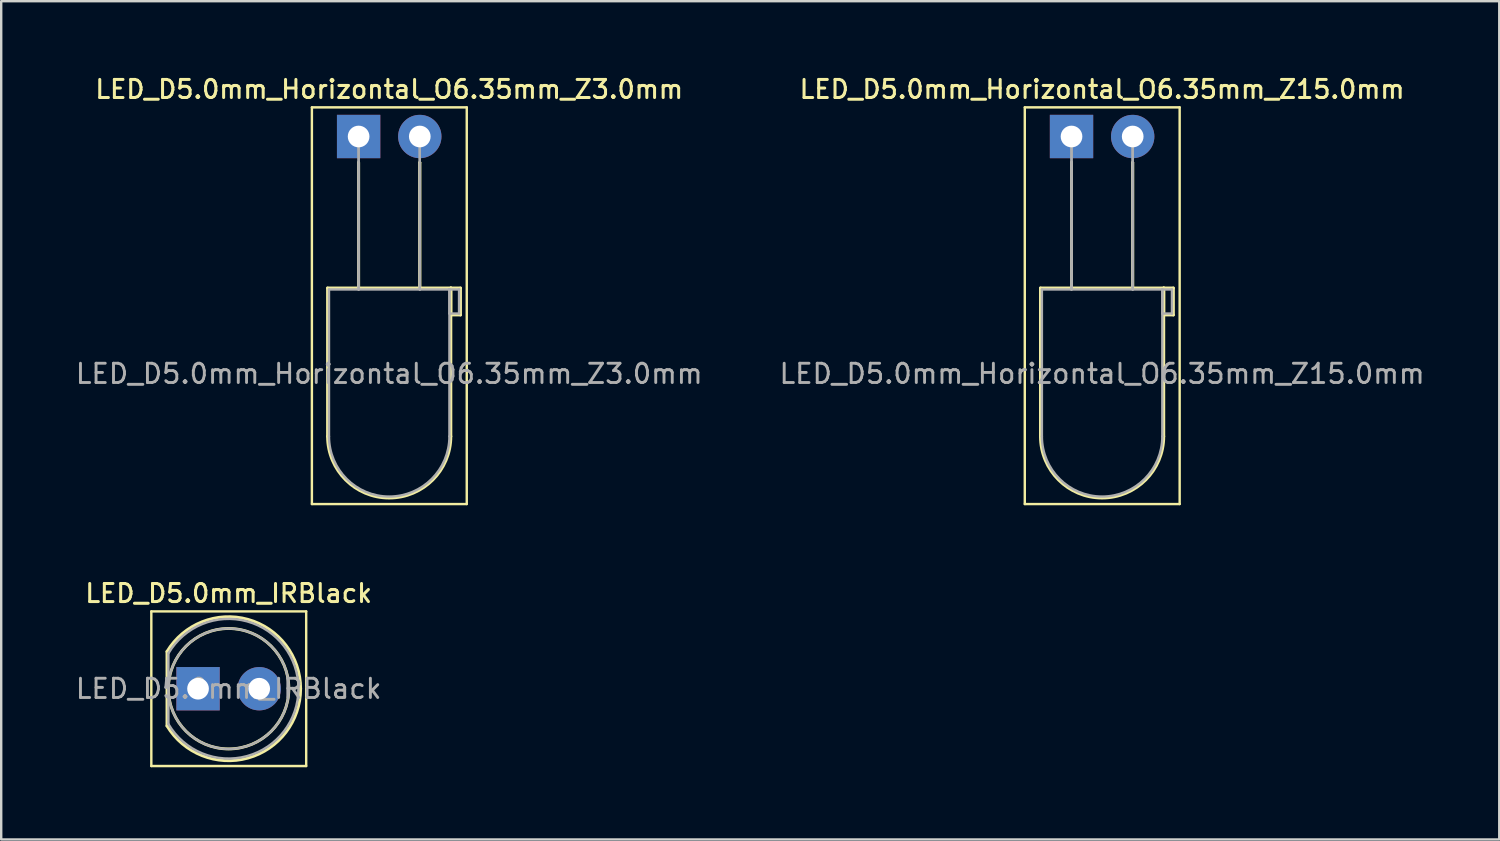
<source format=kicad_pcb>
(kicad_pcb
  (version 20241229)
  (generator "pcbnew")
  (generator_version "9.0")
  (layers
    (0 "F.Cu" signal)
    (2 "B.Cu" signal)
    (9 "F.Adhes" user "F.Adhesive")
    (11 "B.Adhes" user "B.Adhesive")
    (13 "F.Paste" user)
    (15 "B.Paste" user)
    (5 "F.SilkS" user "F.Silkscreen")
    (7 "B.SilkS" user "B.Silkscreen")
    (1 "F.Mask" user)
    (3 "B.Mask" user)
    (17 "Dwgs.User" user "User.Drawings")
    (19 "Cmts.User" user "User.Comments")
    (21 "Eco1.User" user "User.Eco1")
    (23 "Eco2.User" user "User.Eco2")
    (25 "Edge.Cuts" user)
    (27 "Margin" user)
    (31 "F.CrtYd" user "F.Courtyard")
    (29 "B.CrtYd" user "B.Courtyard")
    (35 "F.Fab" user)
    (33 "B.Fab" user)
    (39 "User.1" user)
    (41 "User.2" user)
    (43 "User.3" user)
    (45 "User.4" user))
  (footprint "LED_D5.0mm_Horizontal_O6.35mm_Z3.0mm"
    (layer "F.Cu")
    (at 11.84 2.618)
    (property "Reference" "LED_D5.0mm_Horizontal_O6.35mm_Z3.0mm" (at 1.27 -1.96 0) (layer "F.SilkS") (effects (font (size 0.75 0.75) (thickness 0.125))))
    (attr through_hole)
    (fp_line (start -1.94 -1.21) (end -1.94 15.26) (stroke (width 0.1) (type solid)) (layer "F.SilkS"))
    (fp_line (start -1.94 15.26) (end 4.49 15.26) (stroke (width 0.1) (type solid)) (layer "F.SilkS"))
    (fp_line (start -1.29 6.29) (end -1.29 12.45) (stroke (width 0.12) (type solid)) (layer "F.SilkS"))
    (fp_line (start -1.29 6.29) (end 3.83 6.29) (stroke (width 0.12) (type solid)) (layer "F.SilkS"))
    (fp_line (start 0 1.08) (end 0 1.08) (stroke (width 0.12) (type solid)) (layer "F.SilkS"))
    (fp_line (start 0 1.08) (end 0 6.29) (stroke (width 0.12) (type solid)) (layer "F.SilkS"))
    (fp_line (start 0 6.29) (end 0 1.08) (stroke (width 0.12) (type solid)) (layer "F.SilkS"))
    (fp_line (start 0 6.29) (end 0 6.29) (stroke (width 0.12) (type solid)) (layer "F.SilkS"))
    (fp_line (start 2.54 1.08) (end 2.54 1.08) (stroke (width 0.12) (type solid)) (layer "F.SilkS"))
    (fp_line (start 2.54 1.08) (end 2.54 6.29) (stroke (width 0.12) (type solid)) (layer "F.SilkS"))
    (fp_line (start 2.54 6.29) (end 2.54 1.08) (stroke (width 0.12) (type solid)) (layer "F.SilkS"))
    (fp_line (start 2.54 6.29) (end 2.54 6.29) (stroke (width 0.12) (type solid)) (layer "F.SilkS"))
    (fp_line (start 3.83 6.29) (end 3.83 12.45) (stroke (width 0.12) (type solid)) (layer "F.SilkS"))
    (fp_line (start 3.83 6.29) (end 4.23 6.29) (stroke (width 0.12) (type solid)) (layer "F.SilkS"))
    (fp_line (start 3.83 7.41) (end 3.83 6.29) (stroke (width 0.12) (type solid)) (layer "F.SilkS"))
    (fp_line (start 4.23 6.29) (end 4.23 7.41) (stroke (width 0.12) (type solid)) (layer "F.SilkS"))
    (fp_line (start 4.23 7.41) (end 3.83 7.41) (stroke (width 0.12) (type solid)) (layer "F.SilkS"))
    (fp_line (start 4.49 -1.21) (end -1.94 -1.21) (stroke (width 0.1) (type solid)) (layer "F.SilkS"))
    (fp_line (start 4.49 15.26) (end 4.49 -1.21) (stroke (width 0.1) (type solid)) (layer "F.SilkS"))
    (fp_arc (start 3.83 12.45) (mid 1.27 15.01) (end -1.29 12.45) (stroke (width 0.12) (type solid)) (layer "F.SilkS"))
    (fp_line (start -1.23 6.35) (end -1.23 12.45) (stroke (width 0.1) (type solid)) (layer "F.Fab"))
    (fp_line (start -1.23 6.35) (end 3.77 6.35) (stroke (width 0.1) (type solid)) (layer "F.Fab"))
    (fp_line (start 0 0) (end 0 0) (stroke (width 0.1) (type solid)) (layer "F.Fab"))
    (fp_line (start 0 0) (end 0 6.35) (stroke (width 0.1) (type solid)) (layer "F.Fab"))
    (fp_line (start 0 6.35) (end 0 0) (stroke (width 0.1) (type solid)) (layer "F.Fab"))
    (fp_line (start 0 6.35) (end 0 6.35) (stroke (width 0.1) (type solid)) (layer "F.Fab"))
    (fp_line (start 2.54 0) (end 2.54 0) (stroke (width 0.1) (type solid)) (layer "F.Fab"))
    (fp_line (start 2.54 0) (end 2.54 6.35) (stroke (width 0.1) (type solid)) (layer "F.Fab"))
    (fp_line (start 2.54 6.35) (end 2.54 0) (stroke (width 0.1) (type solid)) (layer "F.Fab"))
    (fp_line (start 2.54 6.35) (end 2.54 6.35) (stroke (width 0.1) (type solid)) (layer "F.Fab"))
    (fp_line (start 3.77 6.35) (end 3.77 12.45) (stroke (width 0.1) (type solid)) (layer "F.Fab"))
    (fp_line (start 3.77 6.35) (end 4.17 6.35) (stroke (width 0.1) (type solid)) (layer "F.Fab"))
    (fp_line (start 3.77 7.35) (end 3.77 6.35) (stroke (width 0.1) (type solid)) (layer "F.Fab"))
    (fp_line (start 4.17 6.35) (end 4.17 7.35) (stroke (width 0.1) (type solid)) (layer "F.Fab"))
    (fp_line (start 4.17 7.35) (end 3.77 7.35) (stroke (width 0.1) (type solid)) (layer "F.Fab"))
    (fp_arc (start 3.77 12.45) (mid 1.27 14.95) (end -1.23 12.45) (stroke (width 0.1) (type solid)) (layer "F.Fab"))
    (fp_text user "${REFERENCE}" (at 1.27 9.85 0) (layer "F.Fab") (effects (font (size 0.8 0.8) (thickness 0.12))))
    (pad "1" thru_hole rect (at 0 0) (size 1.8 1.8) (drill 0.9) (layers "*.Cu" "*.Mask"))
    (pad "2" thru_hole circle (at 2.54 0) (size 1.8 1.8) (drill 0.9) (layers "*.Cu" "*.Mask")))
  (footprint "LED_D5.0mm_Horizontal_O6.35mm_Z15.0mm"
    (layer "F.Cu")
    (at 41.44 2.618)
    (property "Reference" "LED_D5.0mm_Horizontal_O6.35mm_Z15.0mm" (at 1.27 -1.96 0) (layer "F.SilkS") (effects (font (size 0.75 0.75) (thickness 0.125))))
    (attr through_hole)
    (fp_line (start -1.94 -1.21) (end -1.94 15.26) (stroke (width 0.1) (type solid)) (layer "F.SilkS"))
    (fp_line (start -1.94 15.26) (end 4.49 15.26) (stroke (width 0.1) (type solid)) (layer "F.SilkS"))
    (fp_line (start -1.29 6.29) (end -1.29 12.45) (stroke (width 0.12) (type solid)) (layer "F.SilkS"))
    (fp_line (start -1.29 6.29) (end 3.83 6.29) (stroke (width 0.12) (type solid)) (layer "F.SilkS"))
    (fp_line (start 0 1.08) (end 0 1.08) (stroke (width 0.12) (type solid)) (layer "F.SilkS"))
    (fp_line (start 0 1.08) (end 0 6.29) (stroke (width 0.12) (type solid)) (layer "F.SilkS"))
    (fp_line (start 0 6.29) (end 0 1.08) (stroke (width 0.12) (type solid)) (layer "F.SilkS"))
    (fp_line (start 0 6.29) (end 0 6.29) (stroke (width 0.12) (type solid)) (layer "F.SilkS"))
    (fp_line (start 2.54 1.08) (end 2.54 1.08) (stroke (width 0.12) (type solid)) (layer "F.SilkS"))
    (fp_line (start 2.54 1.08) (end 2.54 6.29) (stroke (width 0.12) (type solid)) (layer "F.SilkS"))
    (fp_line (start 2.54 6.29) (end 2.54 1.08) (stroke (width 0.12) (type solid)) (layer "F.SilkS"))
    (fp_line (start 2.54 6.29) (end 2.54 6.29) (stroke (width 0.12) (type solid)) (layer "F.SilkS"))
    (fp_line (start 3.83 6.29) (end 3.83 12.45) (stroke (width 0.12) (type solid)) (layer "F.SilkS"))
    (fp_line (start 3.83 6.29) (end 4.23 6.29) (stroke (width 0.12) (type solid)) (layer "F.SilkS"))
    (fp_line (start 3.83 7.41) (end 3.83 6.29) (stroke (width 0.12) (type solid)) (layer "F.SilkS"))
    (fp_line (start 4.23 6.29) (end 4.23 7.41) (stroke (width 0.12) (type solid)) (layer "F.SilkS"))
    (fp_line (start 4.23 7.41) (end 3.83 7.41) (stroke (width 0.12) (type solid)) (layer "F.SilkS"))
    (fp_line (start 4.49 -1.21) (end -1.94 -1.21) (stroke (width 0.1) (type solid)) (layer "F.SilkS"))
    (fp_line (start 4.49 15.26) (end 4.49 -1.21) (stroke (width 0.1) (type solid)) (layer "F.SilkS"))
    (fp_arc (start 3.83 12.45) (mid 1.27 15.01) (end -1.29 12.45) (stroke (width 0.12) (type solid)) (layer "F.SilkS"))
    (fp_line (start -1.23 6.35) (end -1.23 12.45) (stroke (width 0.1) (type solid)) (layer "F.Fab"))
    (fp_line (start -1.23 6.35) (end 3.77 6.35) (stroke (width 0.1) (type solid)) (layer "F.Fab"))
    (fp_line (start 0 0) (end 0 0) (stroke (width 0.1) (type solid)) (layer "F.Fab"))
    (fp_line (start 0 0) (end 0 6.35) (stroke (width 0.1) (type solid)) (layer "F.Fab"))
    (fp_line (start 0 6.35) (end 0 0) (stroke (width 0.1) (type solid)) (layer "F.Fab"))
    (fp_line (start 0 6.35) (end 0 6.35) (stroke (width 0.1) (type solid)) (layer "F.Fab"))
    (fp_line (start 2.54 0) (end 2.54 0) (stroke (width 0.1) (type solid)) (layer "F.Fab"))
    (fp_line (start 2.54 0) (end 2.54 6.35) (stroke (width 0.1) (type solid)) (layer "F.Fab"))
    (fp_line (start 2.54 6.35) (end 2.54 0) (stroke (width 0.1) (type solid)) (layer "F.Fab"))
    (fp_line (start 2.54 6.35) (end 2.54 6.35) (stroke (width 0.1) (type solid)) (layer "F.Fab"))
    (fp_line (start 3.77 6.35) (end 3.77 12.45) (stroke (width 0.1) (type solid)) (layer "F.Fab"))
    (fp_line (start 3.77 6.35) (end 4.17 6.35) (stroke (width 0.1) (type solid)) (layer "F.Fab"))
    (fp_line (start 3.77 7.35) (end 3.77 6.35) (stroke (width 0.1) (type solid)) (layer "F.Fab"))
    (fp_line (start 4.17 6.35) (end 4.17 7.35) (stroke (width 0.1) (type solid)) (layer "F.Fab"))
    (fp_line (start 4.17 7.35) (end 3.77 7.35) (stroke (width 0.1) (type solid)) (layer "F.Fab"))
    (fp_arc (start 3.77 12.45) (mid 1.27 14.95) (end -1.23 12.45) (stroke (width 0.1) (type solid)) (layer "F.Fab"))
    (fp_text user "${REFERENCE}" (at 1.27 9.85 0) (layer "F.Fab") (effects (font (size 0.8 0.8) (thickness 0.12))))
    (pad "1" thru_hole rect (at 0 0) (size 1.8 1.8) (drill 0.9) (layers "*.Cu" "*.Mask"))
    (pad "2" thru_hole circle (at 2.54 0) (size 1.8 1.8) (drill 0.9) (layers "*.Cu" "*.Mask")))
  (footprint "LED_D5.0mm_IRBlack"
    (layer "F.Cu")
    (at 5.173 25.546)
    (property "Reference" "LED_D5.0mm_IRBlack" (at 1.27 -3.96 0) (layer "F.SilkS") (effects (font (size 0.75 0.75) (thickness 0.125))))
    (attr through_hole)
    (fp_line (start -1.94 -3.21) (end -1.94 3.21) (stroke (width 0.1) (type solid)) (layer "F.SilkS"))
    (fp_line (start -1.94 3.21) (end 4.49 3.21) (stroke (width 0.1) (type solid)) (layer "F.SilkS"))
    (fp_line (start -1.29 -1.545) (end -1.29 1.545) (stroke (width 0.12) (type solid)) (layer "F.SilkS"))
    (fp_line (start 4.49 -3.21) (end -1.94 -3.21) (stroke (width 0.1) (type solid)) (layer "F.SilkS"))
    (fp_line (start 4.49 3.21) (end 4.49 -3.21) (stroke (width 0.1) (type solid)) (layer "F.SilkS"))
    (fp_arc (start -1.29 -1.54483) (mid 2.071756 -2.880501) (end 4.26 -0.000048) (stroke (width 0.12) (type solid)) (layer "F.SilkS"))
    (fp_arc (start 4.26 0.000048) (mid 2.071756 2.880501) (end -1.29 1.54483) (stroke (width 0.12) (type solid)) (layer "F.SilkS"))
    (fp_circle (center 1.27 0) (end 3.77 0) (stroke (width 0.12) (type solid)) (fill no) (layer "F.SilkS"))
    (fp_line (start -1.23 -1.47) (end -1.23 1.47) (stroke (width 0.1) (type solid)) (layer "F.Fab"))
    (fp_arc (start -1.23 -1.469694) (mid 4.17 -0.000045) (end -1.229954 1.469772) (stroke (width 0.1) (type solid)) (layer "F.Fab"))
    (fp_circle (center 1.27 0) (end 3.77 0) (stroke (width 0.1) (type solid)) (fill no) (layer "F.Fab"))
    (fp_text user "${REFERENCE}" (at 1.27 0 0) (layer "F.Fab") (effects (font (size 0.8 0.8) (thickness 0.12))))
    (pad "1" thru_hole rect (at 0 0) (size 1.8 1.8) (drill 0.9) (layers "*.Cu" "*.Mask"))
    (pad "2" thru_hole circle (at 2.54 0) (size 1.8 1.8) (drill 0.9) (layers "*.Cu" "*.Mask")))
  (gr_rect
    (start -3 -3)
    (end 59.2 31.806)
    (stroke (width 0.1) (type default))
    (fill no)
    (layer "Edge.Cuts")))
</source>
